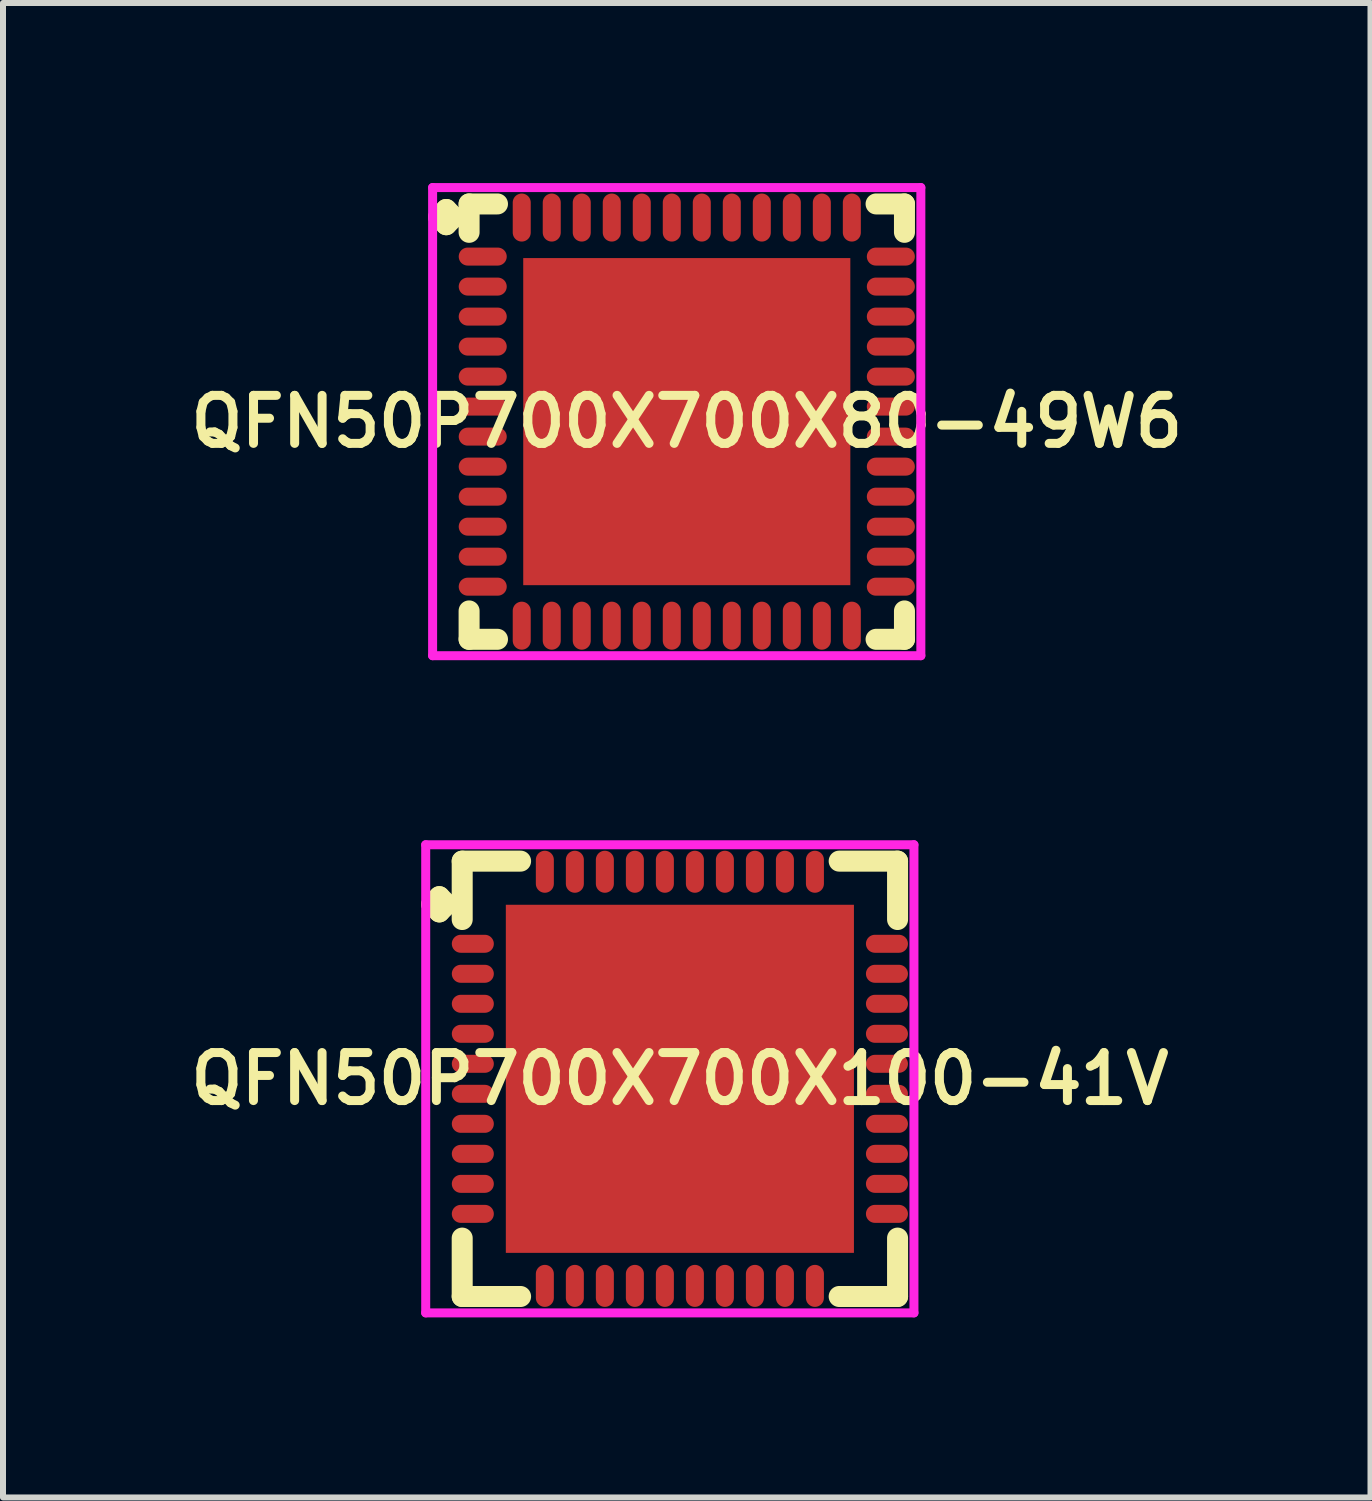
<source format=kicad_pcb>
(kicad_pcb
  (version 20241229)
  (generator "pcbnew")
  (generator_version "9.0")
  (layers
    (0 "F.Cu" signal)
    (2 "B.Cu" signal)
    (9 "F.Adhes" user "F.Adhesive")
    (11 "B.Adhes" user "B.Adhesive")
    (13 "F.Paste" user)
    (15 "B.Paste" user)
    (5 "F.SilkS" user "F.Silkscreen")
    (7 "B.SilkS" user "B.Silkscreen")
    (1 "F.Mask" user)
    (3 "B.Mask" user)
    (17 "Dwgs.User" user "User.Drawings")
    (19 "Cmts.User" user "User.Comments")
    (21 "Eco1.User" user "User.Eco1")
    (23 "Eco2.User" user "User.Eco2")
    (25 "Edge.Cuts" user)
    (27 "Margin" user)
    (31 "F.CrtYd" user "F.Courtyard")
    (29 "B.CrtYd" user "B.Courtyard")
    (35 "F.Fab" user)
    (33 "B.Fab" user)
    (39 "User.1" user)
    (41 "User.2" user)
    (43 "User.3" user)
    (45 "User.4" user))
  (footprint "QFN50P700X700X80-49W6"
    (layer "F.Cu")
    (at 8.393 3.975)
    (property "Reference" "QFN50P700X700X80-49W6" (at 0 0 0) (layer "F.SilkS") (effects (font (size 0.8 0.8) (thickness 0.15))))
    (attr smd)
    (fp_line (start -4.135 -3.408) (end -4.008 -3.535) (stroke (width 0.35) (type solid)) (layer "F.SilkS"))
    (fp_line (start -4.008 -3.535) (end -3.881 -3.408) (stroke (width 0.35) (type solid)) (layer "F.SilkS"))
    (fp_line (start -4.008 -3.281) (end -4.135 -3.408) (stroke (width 0.35) (type solid)) (layer "F.SilkS"))
    (fp_line (start -3.881 -3.408) (end -4.008 -3.281) (stroke (width 0.35) (type solid)) (layer "F.SilkS"))
    (fp_line (start -3.627 -3.627) (end -3.154 -3.627) (stroke (width 0.35) (type solid)) (layer "F.SilkS"))
    (fp_line (start -3.627 -3.154) (end -3.627 -3.627) (stroke (width 0.35) (type solid)) (layer "F.SilkS"))
    (fp_line (start -3.627 3.154) (end -3.627 3.627) (stroke (width 0.35) (type solid)) (layer "F.SilkS"))
    (fp_line (start -3.627 3.627) (end -3.154 3.627) (stroke (width 0.35) (type solid)) (layer "F.SilkS"))
    (fp_line (start 3.154 -3.627) (end 3.627 -3.627) (stroke (width 0.35) (type solid)) (layer "F.SilkS"))
    (fp_line (start 3.154 3.627) (end 3.627 3.627) (stroke (width 0.35) (type solid)) (layer "F.SilkS"))
    (fp_line (start 3.627 -3.627) (end 3.627 -3.154) (stroke (width 0.35) (type solid)) (layer "F.SilkS"))
    (fp_line (start 3.627 3.627) (end 3.627 3.154) (stroke (width 0.35) (type solid)) (layer "F.SilkS"))
    (fp_line (start -4.235 -3.9) (end 3.9 -3.9) (stroke (width 0.15) (type solid)) (layer "F.CrtYd"))
    (fp_line (start -4.235 3.9) (end -4.235 -3.9) (stroke (width 0.15) (type solid)) (layer "F.CrtYd"))
    (fp_line (start 3.9 -3.9) (end 3.9 3.9) (stroke (width 0.15) (type solid)) (layer "F.CrtYd"))
    (fp_line (start 3.9 3.9) (end -4.235 3.9) (stroke (width 0.15) (type solid)) (layer "F.CrtYd"))
    (pad "1" smd oval (at -3.4 -2.75) (size 0.8 0.3) (layers "F.Cu" "F.Mask" "F.Paste"))
    (pad "2" smd oval (at -3.4 -2.25) (size 0.8 0.3) (layers "F.Cu" "F.Mask" "F.Paste"))
    (pad "3" smd oval (at -3.4 -1.75) (size 0.8 0.3) (layers "F.Cu" "F.Mask" "F.Paste"))
    (pad "4" smd oval (at -3.4 -1.25) (size 0.8 0.3) (layers "F.Cu" "F.Mask" "F.Paste"))
    (pad "5" smd oval (at -3.4 -0.75) (size 0.8 0.3) (layers "F.Cu" "F.Mask" "F.Paste"))
    (pad "6" smd oval (at -3.4 -0.25) (size 0.8 0.3) (layers "F.Cu" "F.Mask" "F.Paste"))
    (pad "7" smd oval (at -3.4 0.25) (size 0.8 0.3) (layers "F.Cu" "F.Mask" "F.Paste"))
    (pad "8" smd oval (at -3.4 0.75) (size 0.8 0.3) (layers "F.Cu" "F.Mask" "F.Paste"))
    (pad "9" smd oval (at -3.4 1.25) (size 0.8 0.3) (layers "F.Cu" "F.Mask" "F.Paste"))
    (pad "10" smd oval (at -3.4 1.75) (size 0.8 0.3) (layers "F.Cu" "F.Mask" "F.Paste"))
    (pad "11" smd oval (at -3.4 2.25) (size 0.8 0.3) (layers "F.Cu" "F.Mask" "F.Paste"))
    (pad "12" smd oval (at -3.4 2.75) (size 0.8 0.3) (layers "F.Cu" "F.Mask" "F.Paste"))
    (pad "13" smd oval (at -2.75 3.4) (size 0.3 0.8) (layers "F.Cu" "F.Mask" "F.Paste"))
    (pad "14" smd oval (at -2.25 3.4) (size 0.3 0.8) (layers "F.Cu" "F.Mask" "F.Paste"))
    (pad "15" smd oval (at -1.75 3.4) (size 0.3 0.8) (layers "F.Cu" "F.Mask" "F.Paste"))
    (pad "16" smd oval (at -1.25 3.4) (size 0.3 0.8) (layers "F.Cu" "F.Mask" "F.Paste"))
    (pad "17" smd oval (at -0.75 3.4) (size 0.3 0.8) (layers "F.Cu" "F.Mask" "F.Paste"))
    (pad "18" smd oval (at -0.25 3.4) (size 0.3 0.8) (layers "F.Cu" "F.Mask" "F.Paste"))
    (pad "19" smd oval (at 0.25 3.4) (size 0.3 0.8) (layers "F.Cu" "F.Mask" "F.Paste"))
    (pad "20" smd oval (at 0.75 3.4) (size 0.3 0.8) (layers "F.Cu" "F.Mask" "F.Paste"))
    (pad "21" smd oval (at 1.25 3.4) (size 0.3 0.8) (layers "F.Cu" "F.Mask" "F.Paste"))
    (pad "22" smd oval (at 1.75 3.4) (size 0.3 0.8) (layers "F.Cu" "F.Mask" "F.Paste"))
    (pad "23" smd oval (at 2.25 3.4) (size 0.3 0.8) (layers "F.Cu" "F.Mask" "F.Paste"))
    (pad "24" smd oval (at 2.75 3.4) (size 0.3 0.8) (layers "F.Cu" "F.Mask" "F.Paste"))
    (pad "25" smd oval (at 3.4 2.75) (size 0.8 0.3) (layers "F.Cu" "F.Mask" "F.Paste"))
    (pad "26" smd oval (at 3.4 2.25) (size 0.8 0.3) (layers "F.Cu" "F.Mask" "F.Paste"))
    (pad "27" smd oval (at 3.4 1.75) (size 0.8 0.3) (layers "F.Cu" "F.Mask" "F.Paste"))
    (pad "28" smd oval (at 3.4 1.25) (size 0.8 0.3) (layers "F.Cu" "F.Mask" "F.Paste"))
    (pad "29" smd oval (at 3.4 0.75) (size 0.8 0.3) (layers "F.Cu" "F.Mask" "F.Paste"))
    (pad "30" smd oval (at 3.4 0.25) (size 0.8 0.3) (layers "F.Cu" "F.Mask" "F.Paste"))
    (pad "31" smd oval (at 3.4 -0.25) (size 0.8 0.3) (layers "F.Cu" "F.Mask" "F.Paste"))
    (pad "32" smd oval (at 3.4 -0.75) (size 0.8 0.3) (layers "F.Cu" "F.Mask" "F.Paste"))
    (pad "33" smd oval (at 3.4 -1.25) (size 0.8 0.3) (layers "F.Cu" "F.Mask" "F.Paste"))
    (pad "34" smd oval (at 3.4 -1.75) (size 0.8 0.3) (layers "F.Cu" "F.Mask" "F.Paste"))
    (pad "35" smd oval (at 3.4 -2.25) (size 0.8 0.3) (layers "F.Cu" "F.Mask" "F.Paste"))
    (pad "36" smd oval (at 3.4 -2.75) (size 0.8 0.3) (layers "F.Cu" "F.Mask" "F.Paste"))
    (pad "37" smd oval (at 2.75 -3.4) (size 0.3 0.8) (layers "F.Cu" "F.Mask" "F.Paste"))
    (pad "38" smd oval (at 2.25 -3.4) (size 0.3 0.8) (layers "F.Cu" "F.Mask" "F.Paste"))
    (pad "39" smd oval (at 1.75 -3.4) (size 0.3 0.8) (layers "F.Cu" "F.Mask" "F.Paste"))
    (pad "40" smd oval (at 1.25 -3.4) (size 0.3 0.8) (layers "F.Cu" "F.Mask" "F.Paste"))
    (pad "41" smd oval (at 0.75 -3.4) (size 0.3 0.8) (layers "F.Cu" "F.Mask" "F.Paste"))
    (pad "42" smd oval (at 0.25 -3.4) (size 0.3 0.8) (layers "F.Cu" "F.Mask" "F.Paste"))
    (pad "43" smd oval (at -0.25 -3.4) (size 0.3 0.8) (layers "F.Cu" "F.Mask" "F.Paste"))
    (pad "44" smd oval (at -0.75 -3.4) (size 0.3 0.8) (layers "F.Cu" "F.Mask" "F.Paste"))
    (pad "45" smd oval (at -1.25 -3.4) (size 0.3 0.8) (layers "F.Cu" "F.Mask" "F.Paste"))
    (pad "46" smd oval (at -1.75 -3.4) (size 0.3 0.8) (layers "F.Cu" "F.Mask" "F.Paste"))
    (pad "47" smd oval (at -2.25 -3.4) (size 0.3 0.8) (layers "F.Cu" "F.Mask" "F.Paste"))
    (pad "48" smd oval (at -2.75 -3.4) (size 0.3 0.8) (layers "F.Cu" "F.Mask" "F.Paste"))
    (pad "49" smd rect (at 0 0) (size 5.45 5.45) (layers "F.Cu" "F.Mask" "F.Paste")))
  (footprint "QFN50P700X700X100-41V"
    (layer "F.Cu")
    (at 8.278 14.925)
    (property "Reference" "QFN50P700X700X100-41V" (at 0 0 0) (layer "F.SilkS") (effects (font (size 0.8 0.8) (thickness 0.15))))
    (attr smd)
    (fp_line (start -4.135 -2.908) (end -4.008 -3.035) (stroke (width 0.35) (type solid)) (layer "F.SilkS"))
    (fp_line (start -4.008 -3.035) (end -3.881 -2.908) (stroke (width 0.35) (type solid)) (layer "F.SilkS"))
    (fp_line (start -4.008 -2.781) (end -4.135 -2.908) (stroke (width 0.35) (type solid)) (layer "F.SilkS"))
    (fp_line (start -3.881 -2.908) (end -4.008 -2.781) (stroke (width 0.35) (type solid)) (layer "F.SilkS"))
    (fp_line (start -3.627 -3.627) (end -2.654 -3.627) (stroke (width 0.35) (type solid)) (layer "F.SilkS"))
    (fp_line (start -3.627 -2.654) (end -3.627 -3.627) (stroke (width 0.35) (type solid)) (layer "F.SilkS"))
    (fp_line (start -3.627 2.654) (end -3.627 3.627) (stroke (width 0.35) (type solid)) (layer "F.SilkS"))
    (fp_line (start -3.627 3.627) (end -2.654 3.627) (stroke (width 0.35) (type solid)) (layer "F.SilkS"))
    (fp_line (start 2.654 -3.627) (end 3.627 -3.627) (stroke (width 0.35) (type solid)) (layer "F.SilkS"))
    (fp_line (start 2.654 3.627) (end 3.627 3.627) (stroke (width 0.35) (type solid)) (layer "F.SilkS"))
    (fp_line (start 3.627 -3.627) (end 3.627 -2.654) (stroke (width 0.35) (type solid)) (layer "F.SilkS"))
    (fp_line (start 3.627 3.627) (end 3.627 2.654) (stroke (width 0.35) (type solid)) (layer "F.SilkS"))
    (fp_line (start -4.235 -3.9) (end 3.9 -3.9) (stroke (width 0.15) (type solid)) (layer "F.CrtYd"))
    (fp_line (start -4.235 3.9) (end -4.235 -3.9) (stroke (width 0.15) (type solid)) (layer "F.CrtYd"))
    (fp_line (start 3.9 -3.9) (end 3.9 3.9) (stroke (width 0.15) (type solid)) (layer "F.CrtYd"))
    (fp_line (start 3.9 3.9) (end -4.235 3.9) (stroke (width 0.15) (type solid)) (layer "F.CrtYd"))
    (pad "1" smd oval (at -3.45 -2.25) (size 0.7 0.3) (layers "F.Cu" "F.Mask" "F.Paste"))
    (pad "2" smd oval (at -3.45 -1.75) (size 0.7 0.3) (layers "F.Cu" "F.Mask" "F.Paste"))
    (pad "3" smd oval (at -3.45 -1.25) (size 0.7 0.3) (layers "F.Cu" "F.Mask" "F.Paste"))
    (pad "4" smd oval (at -3.45 -0.75) (size 0.7 0.3) (layers "F.Cu" "F.Mask" "F.Paste"))
    (pad "5" smd oval (at -3.45 -0.25) (size 0.7 0.3) (layers "F.Cu" "F.Mask" "F.Paste"))
    (pad "6" smd oval (at -3.45 0.25) (size 0.7 0.3) (layers "F.Cu" "F.Mask" "F.Paste"))
    (pad "7" smd oval (at -3.45 0.75) (size 0.7 0.3) (layers "F.Cu" "F.Mask" "F.Paste"))
    (pad "8" smd oval (at -3.45 1.25) (size 0.7 0.3) (layers "F.Cu" "F.Mask" "F.Paste"))
    (pad "9" smd oval (at -3.45 1.75) (size 0.7 0.3) (layers "F.Cu" "F.Mask" "F.Paste"))
    (pad "10" smd oval (at -3.45 2.25) (size 0.7 0.3) (layers "F.Cu" "F.Mask" "F.Paste"))
    (pad "11" smd oval (at -2.25 3.45) (size 0.3 0.7) (layers "F.Cu" "F.Mask" "F.Paste"))
    (pad "12" smd oval (at -1.75 3.45) (size 0.3 0.7) (layers "F.Cu" "F.Mask" "F.Paste"))
    (pad "13" smd oval (at -1.25 3.45) (size 0.3 0.7) (layers "F.Cu" "F.Mask" "F.Paste"))
    (pad "14" smd oval (at -0.75 3.45) (size 0.3 0.7) (layers "F.Cu" "F.Mask" "F.Paste"))
    (pad "15" smd oval (at -0.25 3.45) (size 0.3 0.7) (layers "F.Cu" "F.Mask" "F.Paste"))
    (pad "16" smd oval (at 0.25 3.45) (size 0.3 0.7) (layers "F.Cu" "F.Mask" "F.Paste"))
    (pad "17" smd oval (at 0.75 3.45) (size 0.3 0.7) (layers "F.Cu" "F.Mask" "F.Paste"))
    (pad "18" smd oval (at 1.25 3.45) (size 0.3 0.7) (layers "F.Cu" "F.Mask" "F.Paste"))
    (pad "19" smd oval (at 1.75 3.45) (size 0.3 0.7) (layers "F.Cu" "F.Mask" "F.Paste"))
    (pad "20" smd oval (at 2.25 3.45) (size 0.3 0.7) (layers "F.Cu" "F.Mask" "F.Paste"))
    (pad "21" smd oval (at 3.45 2.25) (size 0.7 0.3) (layers "F.Cu" "F.Mask" "F.Paste"))
    (pad "22" smd oval (at 3.45 1.75) (size 0.7 0.3) (layers "F.Cu" "F.Mask" "F.Paste"))
    (pad "23" smd oval (at 3.45 1.25) (size 0.7 0.3) (layers "F.Cu" "F.Mask" "F.Paste"))
    (pad "24" smd oval (at 3.45 0.75) (size 0.7 0.3) (layers "F.Cu" "F.Mask" "F.Paste"))
    (pad "25" smd oval (at 3.45 0.25) (size 0.7 0.3) (layers "F.Cu" "F.Mask" "F.Paste"))
    (pad "26" smd oval (at 3.45 -0.25) (size 0.7 0.3) (layers "F.Cu" "F.Mask" "F.Paste"))
    (pad "27" smd oval (at 3.45 -0.75) (size 0.7 0.3) (layers "F.Cu" "F.Mask" "F.Paste"))
    (pad "28" smd oval (at 3.45 -1.25) (size 0.7 0.3) (layers "F.Cu" "F.Mask" "F.Paste"))
    (pad "29" smd oval (at 3.45 -1.75) (size 0.7 0.3) (layers "F.Cu" "F.Mask" "F.Paste"))
    (pad "30" smd oval (at 3.45 -2.25) (size 0.7 0.3) (layers "F.Cu" "F.Mask" "F.Paste"))
    (pad "31" smd oval (at 2.25 -3.45) (size 0.3 0.7) (layers "F.Cu" "F.Mask" "F.Paste"))
    (pad "32" smd oval (at 1.75 -3.45) (size 0.3 0.7) (layers "F.Cu" "F.Mask" "F.Paste"))
    (pad "33" smd oval (at 1.25 -3.45) (size 0.3 0.7) (layers "F.Cu" "F.Mask" "F.Paste"))
    (pad "34" smd oval (at 0.75 -3.45) (size 0.3 0.7) (layers "F.Cu" "F.Mask" "F.Paste"))
    (pad "35" smd oval (at 0.25 -3.45) (size 0.3 0.7) (layers "F.Cu" "F.Mask" "F.Paste"))
    (pad "36" smd oval (at -0.25 -3.45) (size 0.3 0.7) (layers "F.Cu" "F.Mask" "F.Paste"))
    (pad "37" smd oval (at -0.75 -3.45) (size 0.3 0.7) (layers "F.Cu" "F.Mask" "F.Paste"))
    (pad "38" smd oval (at -1.25 -3.45) (size 0.3 0.7) (layers "F.Cu" "F.Mask" "F.Paste"))
    (pad "39" smd oval (at -1.75 -3.45) (size 0.3 0.7) (layers "F.Cu" "F.Mask" "F.Paste"))
    (pad "40" smd oval (at -2.25 -3.45) (size 0.3 0.7) (layers "F.Cu" "F.Mask" "F.Paste"))
    (pad "41" smd rect (at 0 0) (size 5.8 5.8) (layers "F.Cu" "F.Mask" "F.Paste")))
  (gr_rect
    (start -3 -3)
    (end 19.785 21.9)
    (stroke (width 0.1) (type default))
    (fill no)
    (layer "Edge.Cuts")))
</source>
